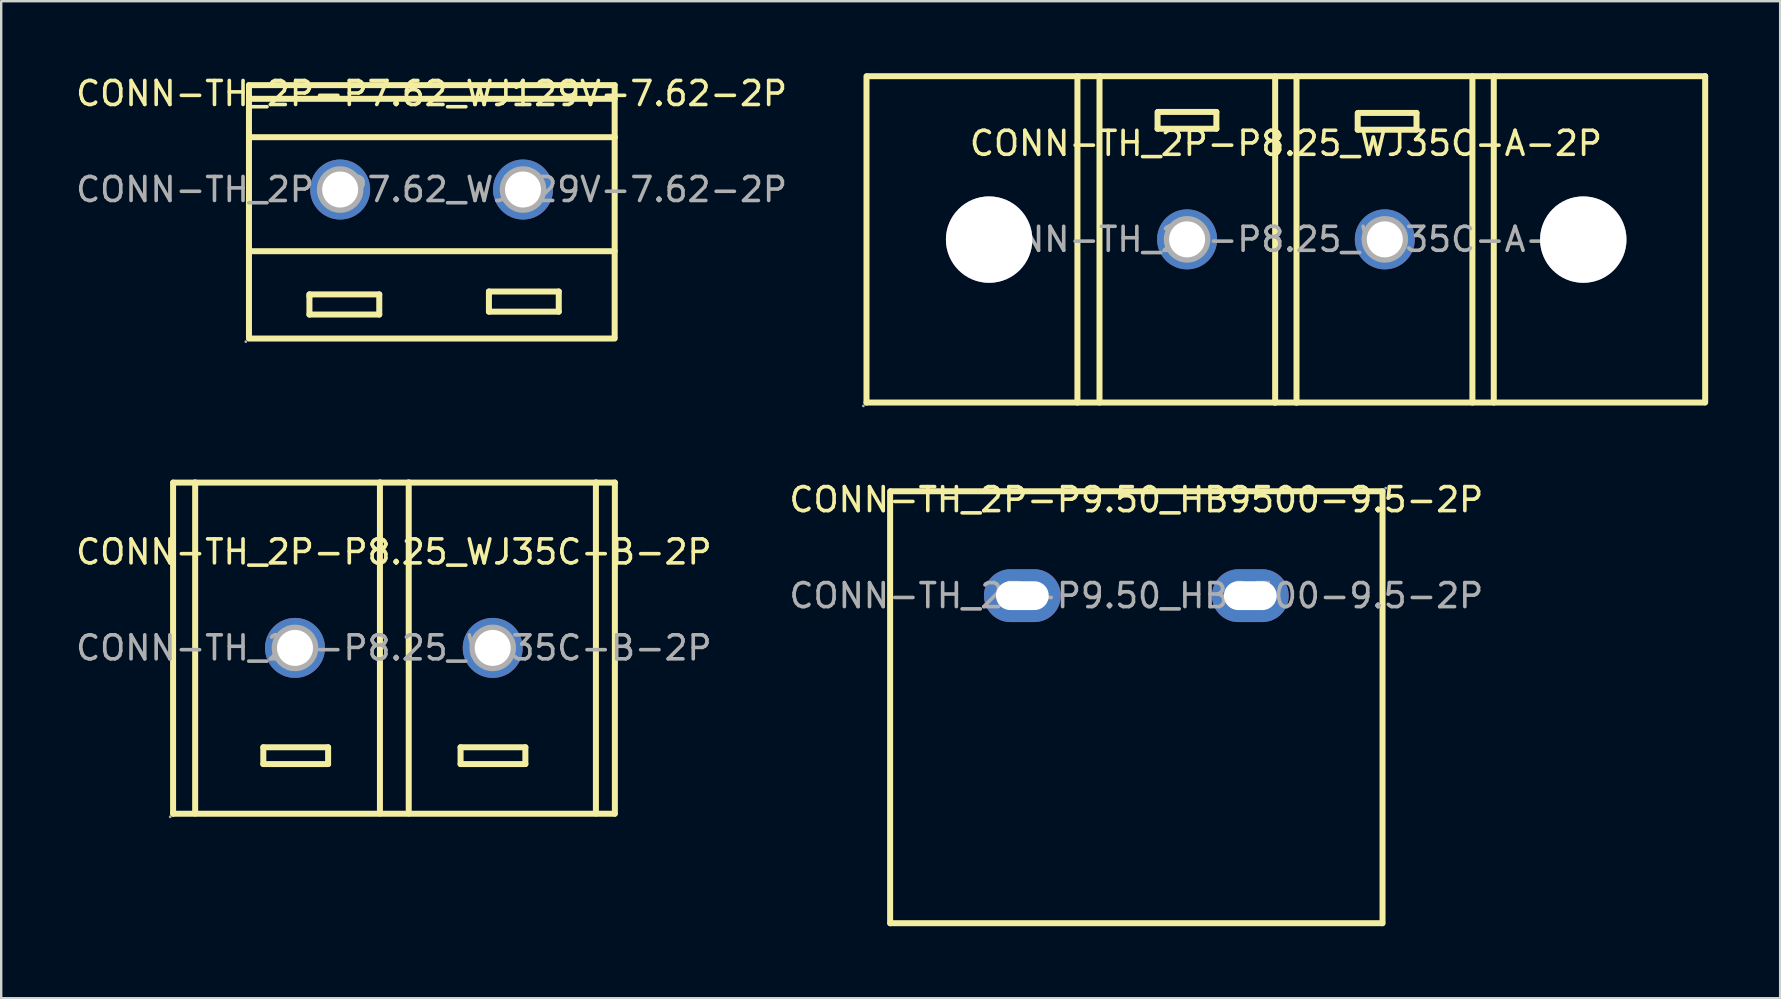
<source format=kicad_pcb>
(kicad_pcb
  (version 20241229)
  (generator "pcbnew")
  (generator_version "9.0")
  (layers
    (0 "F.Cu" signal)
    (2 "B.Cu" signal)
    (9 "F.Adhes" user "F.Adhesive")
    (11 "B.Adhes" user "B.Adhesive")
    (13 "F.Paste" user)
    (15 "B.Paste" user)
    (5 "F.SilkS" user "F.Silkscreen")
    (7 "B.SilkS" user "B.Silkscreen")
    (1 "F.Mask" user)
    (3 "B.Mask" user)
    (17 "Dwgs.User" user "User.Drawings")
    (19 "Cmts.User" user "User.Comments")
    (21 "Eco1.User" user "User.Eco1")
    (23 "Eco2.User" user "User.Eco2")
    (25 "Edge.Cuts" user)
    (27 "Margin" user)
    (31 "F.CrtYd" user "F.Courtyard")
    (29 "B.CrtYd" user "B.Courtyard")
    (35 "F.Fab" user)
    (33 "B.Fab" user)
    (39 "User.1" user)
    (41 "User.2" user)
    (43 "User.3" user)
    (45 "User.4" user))
  (footprint "CONN-TH_2P-P7.62_WJ129V-7.62-2P"
    (layer "F.Cu")
    (at 14.935 4.848)
    (property "Reference" "CONN-TH_2P-P7.62_WJ129V-7.62-2P" (at 0 -4 0) (layer "F.SilkS") (effects (font (size 1 1) (thickness 0.15))))
    (attr through_hole)
    (fp_line (start -7.61 -4.35) (end -7.61 6.15) (stroke (width 0.25) (type solid)) (layer "F.SilkS"))
    (fp_line (start -7.61 -4.35) (end 7.63 -4.35) (stroke (width 0.25) (type solid)) (layer "F.SilkS"))
    (fp_line (start -7.61 -3.78) (end 7.63 -3.78) (stroke (width 0.25) (type solid)) (layer "F.SilkS"))
    (fp_line (start -7.61 2.57) (end 7.63 2.57) (stroke (width 0.25) (type solid)) (layer "F.SilkS"))
    (fp_line (start -7.61 6.21) (end 7.63 6.21) (stroke (width 0.25) (type solid)) (layer "F.SilkS"))
    (fp_line (start -7.6 -2.18) (end 7.64 -2.18) (stroke (width 0.25) (type solid)) (layer "F.SilkS"))
    (fp_line (start -5.09 4.37) (end -2.18 4.37) (stroke (width 0.25) (type solid)) (layer "F.SilkS"))
    (fp_line (start -5.09 4.46) (end -5.09 4.37) (stroke (width 0.25) (type solid)) (layer "F.SilkS"))
    (fp_line (start -5.09 5.21) (end -5.09 4.46) (stroke (width 0.25) (type solid)) (layer "F.SilkS"))
    (fp_line (start -2.18 4.37) (end -2.18 5.21) (stroke (width 0.25) (type solid)) (layer "F.SilkS"))
    (fp_line (start -2.18 5.21) (end -5.09 5.21) (stroke (width 0.25) (type solid)) (layer "F.SilkS"))
    (fp_line (start 2.39 4.25) (end 5.3 4.25) (stroke (width 0.25) (type solid)) (layer "F.SilkS"))
    (fp_line (start 2.39 4.34) (end 2.39 4.25) (stroke (width 0.25) (type solid)) (layer "F.SilkS"))
    (fp_line (start 2.39 5.09) (end 2.39 4.34) (stroke (width 0.25) (type solid)) (layer "F.SilkS"))
    (fp_line (start 5.3 4.25) (end 5.3 5.09) (stroke (width 0.25) (type solid)) (layer "F.SilkS"))
    (fp_line (start 5.3 5.09) (end 2.39 5.09) (stroke (width 0.25) (type solid)) (layer "F.SilkS"))
    (fp_line (start 7.63 -4.35) (end 7.63 6.15) (stroke (width 0.25) (type solid)) (layer "F.SilkS"))
    (fp_circle (center -7.74 6.34) (end -7.71 6.34) (stroke (width 0.06) (type solid)) (fill no) (layer "F.Fab"))
    (fp_circle (center -3.81 0) (end -3.49 0) (stroke (width 0.65) (type solid)) (fill no) (layer "F.Fab"))
    (fp_circle (center 3.81 0) (end 4.13 0) (stroke (width 0.65) (type solid)) (fill no) (layer "F.Fab"))
    (fp_text user "${REFERENCE}" (at 0 0 0) (layer "F.Fab") (effects (font (size 1 1) (thickness 0.15))))
    (pad "1" thru_hole circle (at -3.81 0 90) (size 2.5 2.5) (drill 1.5) (layers "*.Cu" "*.Paste" "*.Mask"))
    (pad "2" thru_hole circle (at 3.81 0) (size 2.5 2.5) (drill 1.5) (layers "*.Cu" "*.Paste" "*.Mask")))
  (footprint "CONN-TH_2P-P8.25_WJ35C-B-2P"
    (layer "F.Cu")
    (at 13.363 23.95)
    (property "Reference" "CONN-TH_2P-P8.25_WJ35C-B-2P" (at 0 -4 0) (layer "F.SilkS") (effects (font (size 1 1) (thickness 0.15))))
    (attr through_hole)
    (fp_line (start -9.2 -6.89) (end -9.2 6.91) (stroke (width 0.25) (type solid)) (layer "F.SilkS"))
    (fp_line (start -9.2 6.91) (end 9.2 6.91) (stroke (width 0.25) (type solid)) (layer "F.SilkS"))
    (fp_line (start -9.19 -6.89) (end 9.21 -6.89) (stroke (width 0.25) (type solid)) (layer "F.SilkS"))
    (fp_line (start -8.28 -6.9) (end -8.28 6.9) (stroke (width 0.25) (type solid)) (layer "F.SilkS"))
    (fp_line (start -5.44 4.14) (end -2.74 4.14) (stroke (width 0.25) (type solid)) (layer "F.SilkS"))
    (fp_line (start -5.44 4.84) (end -5.44 4.14) (stroke (width 0.25) (type solid)) (layer "F.SilkS"))
    (fp_line (start -2.74 4.14) (end -2.74 4.84) (stroke (width 0.25) (type solid)) (layer "F.SilkS"))
    (fp_line (start -2.74 4.84) (end -5.44 4.84) (stroke (width 0.25) (type solid)) (layer "F.SilkS"))
    (fp_line (start -0.58 -6.9) (end -0.58 6.9) (stroke (width 0.25) (type solid)) (layer "F.SilkS"))
    (fp_line (start 0.62 -6.9) (end 0.62 6.9) (stroke (width 0.25) (type solid)) (layer "F.SilkS"))
    (fp_line (start 2.78 4.14) (end 5.48 4.14) (stroke (width 0.25) (type solid)) (layer "F.SilkS"))
    (fp_line (start 2.78 4.84) (end 2.78 4.14) (stroke (width 0.25) (type solid)) (layer "F.SilkS"))
    (fp_line (start 5.48 4.14) (end 5.48 4.84) (stroke (width 0.25) (type solid)) (layer "F.SilkS"))
    (fp_line (start 5.48 4.84) (end 2.78 4.84) (stroke (width 0.25) (type solid)) (layer "F.SilkS"))
    (fp_line (start 8.42 -6.9) (end 8.42 6.9) (stroke (width 0.25) (type solid)) (layer "F.SilkS"))
    (fp_line (start 9.21 -6.89) (end 9.21 6.91) (stroke (width 0.25) (type solid)) (layer "F.SilkS"))
    (fp_circle (center -9.32 7.04) (end -9.29 7.04) (stroke (width 0.06) (type solid)) (fill no) (layer "F.Fab"))
    (fp_circle (center -4.12 0) (end -3.8 0) (stroke (width 0.65) (type solid)) (fill no) (layer "F.Fab"))
    (fp_circle (center 4.12 0) (end 4.44 0) (stroke (width 0.65) (type solid)) (fill no) (layer "F.Fab"))
    (fp_text user "${REFERENCE}" (at 0 0 0) (layer "F.Fab") (effects (font (size 1 1) (thickness 0.15))))
    (pad "1" thru_hole circle (at -4.12 0) (size 2.5 2.5) (drill 1.5) (layers "*.Cu" "*.Paste" "*.Mask"))
    (pad "2" thru_hole circle (at 4.12 0) (size 2.5 2.5) (drill 1.5) (layers "*.Cu" "*.Paste" "*.Mask")))
  (footprint "CONN-TH_2P-P8.25_WJ35C-A-2P"
    (layer "F.Cu")
    (at 50.539 6.925)
    (property "Reference" "CONN-TH_2P-P8.25_WJ35C-A-2P" (at 0 -4 0) (layer "F.SilkS") (effects (font (size 1 1) (thickness 0.15))))
    (attr through_hole)
    (fp_line (start -17.48 -6.8) (end -17.48 6.8) (stroke (width 0.25) (type solid)) (layer "F.SilkS"))
    (fp_line (start -17.48 6.8) (end 17.42 6.8) (stroke (width 0.25) (type solid)) (layer "F.SilkS"))
    (fp_line (start -17.43 -6.8) (end 17.47 -6.8) (stroke (width 0.25) (type solid)) (layer "F.SilkS"))
    (fp_line (start -8.69 -6.8) (end -8.69 6.8) (stroke (width 0.25) (type solid)) (layer "F.SilkS"))
    (fp_line (start -7.77 -6.8) (end -7.77 6.8) (stroke (width 0.25) (type solid)) (layer "F.SilkS"))
    (fp_line (start -5.35 -5.3) (end -5.35 -4.61) (stroke (width 0.25) (type solid)) (layer "F.SilkS"))
    (fp_line (start -5.35 -4.61) (end -2.9 -4.61) (stroke (width 0.25) (type solid)) (layer "F.SilkS"))
    (fp_line (start -2.9 -5.31) (end -5.34 -5.31) (stroke (width 0.25) (type solid)) (layer "F.SilkS"))
    (fp_line (start -2.9 -4.61) (end -2.9 -5.31) (stroke (width 0.25) (type solid)) (layer "F.SilkS"))
    (fp_line (start -0.45 -6.79) (end -0.45 6.81) (stroke (width 0.25) (type solid)) (layer "F.SilkS"))
    (fp_line (start 0.44 -6.79) (end 0.44 6.81) (stroke (width 0.25) (type solid)) (layer "F.SilkS"))
    (fp_line (start 2.99 -5.26) (end 2.99 -4.57) (stroke (width 0.25) (type solid)) (layer "F.SilkS"))
    (fp_line (start 2.99 -4.57) (end 5.44 -4.57) (stroke (width 0.25) (type solid)) (layer "F.SilkS"))
    (fp_line (start 5.44 -5.27) (end 3 -5.27) (stroke (width 0.25) (type solid)) (layer "F.SilkS"))
    (fp_line (start 5.44 -4.57) (end 5.44 -5.27) (stroke (width 0.25) (type solid)) (layer "F.SilkS"))
    (fp_line (start 7.77 -6.8) (end 7.77 6.8) (stroke (width 0.25) (type solid)) (layer "F.SilkS"))
    (fp_line (start 8.66 -6.8) (end 8.66 6.8) (stroke (width 0.25) (type solid)) (layer "F.SilkS"))
    (fp_line (start 17.47 -6.8) (end 17.47 6.8) (stroke (width 0.25) (type solid)) (layer "F.SilkS"))
    (fp_circle (center -17.61 6.94) (end -17.58 6.94) (stroke (width 0.06) (type solid)) (fill no) (layer "F.Fab"))
    (fp_circle (center -12.37 0.01) (end -11.52 0.01) (stroke (width 1.7) (type solid)) (fill no) (layer "F.Fab"))
    (fp_circle (center -4.12 0) (end -3.8 0) (stroke (width 0.65) (type solid)) (fill no) (layer "F.Fab"))
    (fp_circle (center 4.12 0) (end 4.44 0) (stroke (width 0.65) (type solid)) (fill no) (layer "F.Fab"))
    (fp_circle (center 12.39 0.01) (end 13.24 0.01) (stroke (width 1.7) (type solid)) (fill no) (layer "F.Fab"))
    (fp_text user "${REFERENCE}" (at 0 0 0) (layer "F.Fab") (effects (font (size 1 1) (thickness 0.15))))
    (pad "" thru_hole circle (at -12.37 0.01) (size 3.6 3.6) (drill 3.6) (layers "*.Cu" "*.Mask"))
    (pad "" thru_hole circle (at 12.39 0.01) (size 3.6 3.6) (drill 3.6) (layers "*.Cu" "*.Mask"))
    (pad "1" thru_hole circle (at -4.12 0) (size 2.5 2.5) (drill 1.5) (layers "*.Cu" "*.Paste" "*.Mask"))
    (pad "2" thru_hole circle (at 4.12 0) (size 2.5 2.5) (drill 1.5) (layers "*.Cu" "*.Paste" "*.Mask")))
  (footprint "CONN-TH_2P-P9.50_HB9500-9.5-2P"
    (layer "F.Cu")
    (at 44.304 21.773)
    (property "Reference" "CONN-TH_2P-P9.50_HB9500-9.5-2P" (at 0 -4 0) (layer "F.SilkS") (effects (font (size 1 1) (thickness 0.15))))
    (attr through_hole)
    (fp_line (start -10.26 13.65) (end -10.26 -4.35) (stroke (width 0.25) (type solid)) (layer "F.SilkS"))
    (fp_line (start 10.25 13.65) (end -10.25 13.65) (stroke (width 0.25) (type solid)) (layer "F.SilkS"))
    (fp_line (start 10.26 -4.35) (end -10.24 -4.35) (stroke (width 0.25) (type solid)) (layer "F.SilkS"))
    (fp_line (start 10.26 13.65) (end 10.26 -4.35) (stroke (width 0.25) (type solid)) (layer "F.SilkS"))
    (fp_circle (center 10.39 -4.48) (end 10.42 -4.48) (stroke (width 0.06) (type solid)) (fill no) (layer "F.Fab"))
    (fp_text user "${REFERENCE}" (at 0 0 0) (layer "F.Fab") (effects (font (size 1 1) (thickness 0.15))))
    (pad "1" thru_hole oval (at 4.75 0 180) (size 3.2 2.2) (drill oval 2.2 1.2) (layers "*.Cu" "*.Paste" "*.Mask"))
    (pad "2" thru_hole oval (at -4.75 0 180) (size 3.2 2.2) (drill oval 2.2 1.2) (layers "*.Cu" "*.Paste" "*.Mask")))
  (gr_rect
    (start -3 -3)
    (end 71.134 38.548)
    (stroke (width 0.1) (type default))
    (fill no)
    (layer "Edge.Cuts")))
</source>
